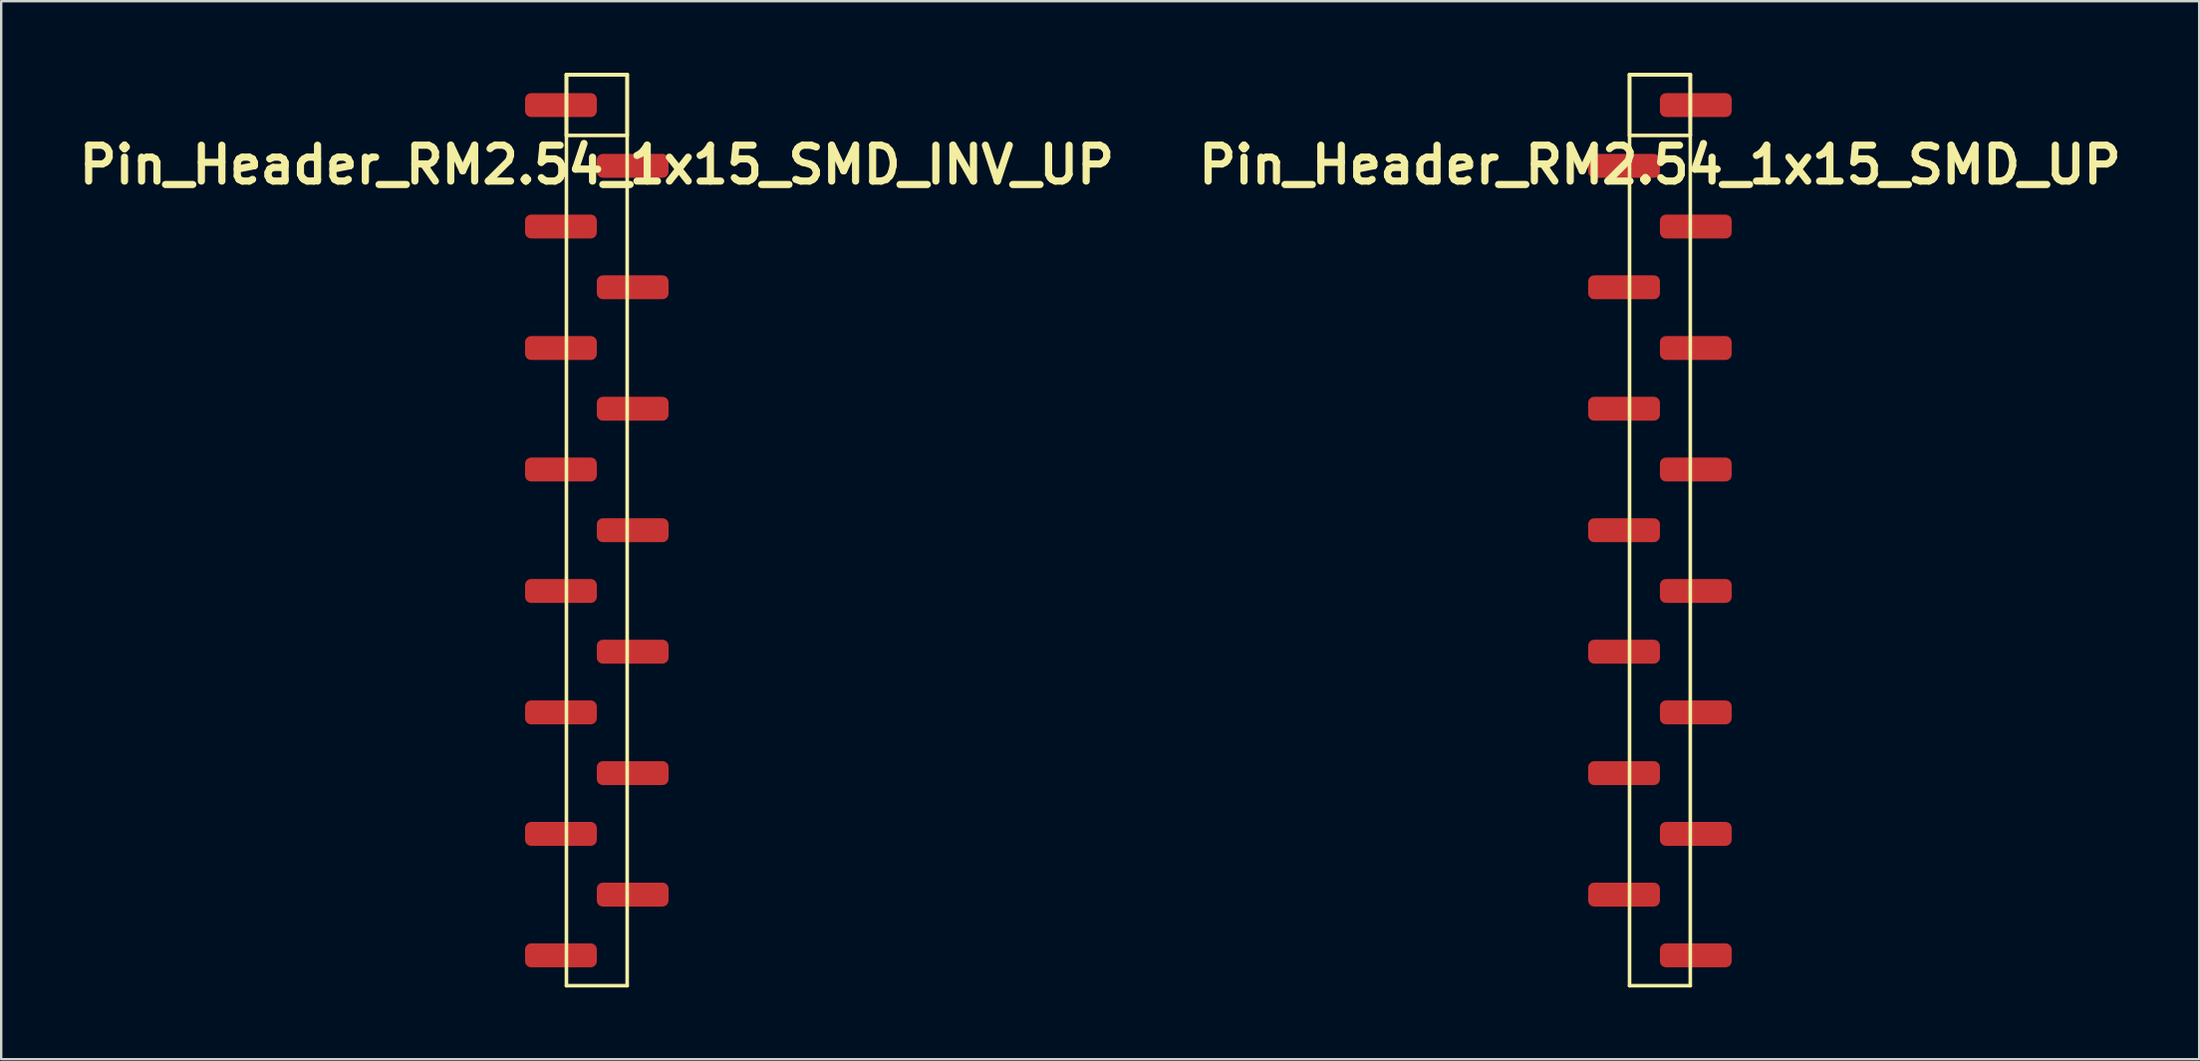
<source format=kicad_pcb>
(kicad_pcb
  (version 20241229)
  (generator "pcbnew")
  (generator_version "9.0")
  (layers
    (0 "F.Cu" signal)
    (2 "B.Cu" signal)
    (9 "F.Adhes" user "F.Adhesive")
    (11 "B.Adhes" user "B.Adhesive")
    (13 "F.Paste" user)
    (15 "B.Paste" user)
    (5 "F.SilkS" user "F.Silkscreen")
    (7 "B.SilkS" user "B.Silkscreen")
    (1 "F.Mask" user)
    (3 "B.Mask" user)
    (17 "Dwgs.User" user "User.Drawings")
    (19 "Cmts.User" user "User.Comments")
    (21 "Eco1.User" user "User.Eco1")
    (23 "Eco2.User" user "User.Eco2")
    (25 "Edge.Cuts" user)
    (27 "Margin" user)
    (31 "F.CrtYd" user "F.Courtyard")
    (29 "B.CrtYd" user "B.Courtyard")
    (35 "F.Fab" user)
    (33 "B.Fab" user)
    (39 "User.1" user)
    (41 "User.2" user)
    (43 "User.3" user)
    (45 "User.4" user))
  (footprint "Pin_Header_RM2.54_1x15_SMD_INV_UP"
    (layer "F.Cu")
    (at 21.907 1.345)
    (property "Reference" "Pin_Header_RM2.54_1x15_SMD_INV_UP" (at 0 2.5 0) (layer "F.SilkS") (effects (font (size 1.5 1.5) (thickness 0.3))))
    (attr through_hole)
    (fp_line (start -1.27 -1.27) (end 1.27 -1.27) (stroke (width 0.15) (type solid)) (layer "F.SilkS"))
    (fp_line (start -1.27 -1.27) (end 1.27 -1.27) (stroke (width 0.15) (type solid)) (layer "F.SilkS"))
    (fp_line (start -1.27 1.27) (end -1.27 -1.27) (stroke (width 0.15) (type solid)) (layer "F.SilkS"))
    (fp_line (start -1.27 36.83) (end -1.27 -1.27) (stroke (width 0.15) (type solid)) (layer "F.SilkS"))
    (fp_line (start 1.27 -1.27) (end 1.27 1.27) (stroke (width 0.15) (type solid)) (layer "F.SilkS"))
    (fp_line (start 1.27 -1.27) (end 1.27 36.83) (stroke (width 0.15) (type solid)) (layer "F.SilkS"))
    (fp_line (start 1.27 1.27) (end -1.27 1.27) (stroke (width 0.15) (type solid)) (layer "F.SilkS"))
    (fp_line (start 1.27 36.83) (end -1.27 36.83) (stroke (width 0.15) (type solid)) (layer "F.SilkS"))
    (pad "1" smd roundrect (at -1.5 0) (size 3 1) (layers "F.Cu" "F.Mask" "F.Paste") (roundrect_rratio 0.25))
    (pad "2" smd roundrect (at 1.5 2.54) (size 3 1) (layers "F.Cu" "F.Mask" "F.Paste") (roundrect_rratio 0.25))
    (pad "3" smd roundrect (at -1.5 5.08) (size 3 1) (layers "F.Cu" "F.Mask" "F.Paste") (roundrect_rratio 0.25))
    (pad "4" smd roundrect (at 1.5 7.62) (size 3 1) (layers "F.Cu" "F.Mask" "F.Paste") (roundrect_rratio 0.25))
    (pad "5" smd roundrect (at -1.5 10.16) (size 3 1) (layers "F.Cu" "F.Mask" "F.Paste") (roundrect_rratio 0.25))
    (pad "6" smd roundrect (at 1.5 12.7) (size 3 1) (layers "F.Cu" "F.Mask" "F.Paste") (roundrect_rratio 0.25))
    (pad "7" smd roundrect (at -1.5 15.24) (size 3 1) (layers "F.Cu" "F.Mask" "F.Paste") (roundrect_rratio 0.25))
    (pad "8" smd roundrect (at 1.5 17.78) (size 3 1) (layers "F.Cu" "F.Mask" "F.Paste") (roundrect_rratio 0.25))
    (pad "9" smd roundrect (at -1.5 20.32) (size 3 1) (layers "F.Cu" "F.Mask" "F.Paste") (roundrect_rratio 0.25))
    (pad "10" smd roundrect (at 1.5 22.86) (size 3 1) (layers "F.Cu" "F.Mask" "F.Paste") (roundrect_rratio 0.25))
    (pad "11" smd roundrect (at -1.5 25.4) (size 3 1) (layers "F.Cu" "F.Mask" "F.Paste") (roundrect_rratio 0.25))
    (pad "12" smd roundrect (at 1.5 27.94) (size 3 1) (layers "F.Cu" "F.Mask" "F.Paste") (roundrect_rratio 0.25))
    (pad "13" smd roundrect (at -1.5 30.48) (size 3 1) (layers "F.Cu" "F.Mask" "F.Paste") (roundrect_rratio 0.25))
    (pad "14" smd roundrect (at 1.5 33.02) (size 3 1) (layers "F.Cu" "F.Mask" "F.Paste") (roundrect_rratio 0.25))
    (pad "15" smd roundrect (at -1.5 35.56) (size 3 1) (layers "F.Cu" "F.Mask" "F.Paste") (roundrect_rratio 0.25)))
  (footprint "Pin_Header_RM2.54_1x15_SMD_UP"
    (layer "F.Cu")
    (at 66.364 1.345)
    (property "Reference" "Pin_Header_RM2.54_1x15_SMD_UP" (at 0 2.5 0) (layer "F.SilkS") (effects (font (size 1.5 1.5) (thickness 0.3))))
    (attr through_hole)
    (fp_line (start -1.27 -1.27) (end 1.27 -1.27) (stroke (width 0.15) (type solid)) (layer "F.SilkS"))
    (fp_line (start -1.27 -1.27) (end 1.27 -1.27) (stroke (width 0.15) (type solid)) (layer "F.SilkS"))
    (fp_line (start -1.27 1.27) (end -1.27 -1.27) (stroke (width 0.15) (type solid)) (layer "F.SilkS"))
    (fp_line (start -1.27 36.83) (end -1.27 -1.27) (stroke (width 0.15) (type solid)) (layer "F.SilkS"))
    (fp_line (start 1.27 -1.27) (end 1.27 1.27) (stroke (width 0.15) (type solid)) (layer "F.SilkS"))
    (fp_line (start 1.27 -1.27) (end 1.27 36.83) (stroke (width 0.15) (type solid)) (layer "F.SilkS"))
    (fp_line (start 1.27 1.27) (end -1.27 1.27) (stroke (width 0.15) (type solid)) (layer "F.SilkS"))
    (fp_line (start 1.27 36.83) (end -1.27 36.83) (stroke (width 0.15) (type solid)) (layer "F.SilkS"))
    (pad "1" smd roundrect (at 1.5 0) (size 3 1) (layers "F.Cu" "F.Mask") (roundrect_rratio 0.25))
    (pad "2" smd roundrect (at -1.5 2.54) (size 3 1) (layers "F.Cu" "F.Mask") (roundrect_rratio 0.25))
    (pad "3" smd roundrect (at 1.5 5.08) (size 3 1) (layers "F.Cu" "F.Mask") (roundrect_rratio 0.25))
    (pad "4" smd roundrect (at -1.5 7.62) (size 3 1) (layers "F.Cu" "F.Mask") (roundrect_rratio 0.25))
    (pad "5" smd roundrect (at 1.5 10.16) (size 3 1) (layers "F.Cu" "F.Mask") (roundrect_rratio 0.25))
    (pad "6" smd roundrect (at -1.5 12.7) (size 3 1) (layers "F.Cu" "F.Mask") (roundrect_rratio 0.25))
    (pad "7" smd roundrect (at 1.5 15.24) (size 3 1) (layers "F.Cu" "F.Mask") (roundrect_rratio 0.25))
    (pad "8" smd roundrect (at -1.5 17.78) (size 3 1) (layers "F.Cu" "F.Mask") (roundrect_rratio 0.25))
    (pad "9" smd roundrect (at 1.5 20.32) (size 3 1) (layers "F.Cu" "F.Mask") (roundrect_rratio 0.25))
    (pad "10" smd roundrect (at -1.5 22.86) (size 3 1) (layers "F.Cu" "F.Mask") (roundrect_rratio 0.25))
    (pad "11" smd roundrect (at 1.5 25.4) (size 3 1) (layers "F.Cu" "F.Mask") (roundrect_rratio 0.25))
    (pad "12" smd roundrect (at -1.5 27.94) (size 3 1) (layers "F.Cu" "F.Mask") (roundrect_rratio 0.25))
    (pad "13" smd roundrect (at 1.5 30.48) (size 3 1) (layers "F.Cu" "F.Mask") (roundrect_rratio 0.25))
    (pad "14" smd roundrect (at -1.5 33.02) (size 3 1) (layers "F.Cu" "F.Mask") (roundrect_rratio 0.25))
    (pad "15" smd roundrect (at 1.5 35.56) (size 3 1) (layers "F.Cu" "F.Mask") (roundrect_rratio 0.25)))
  (gr_rect
    (start -3 -3)
    (end 88.914 41.25)
    (stroke (width 0.1) (type default))
    (fill no)
    (layer "Edge.Cuts")))
</source>
